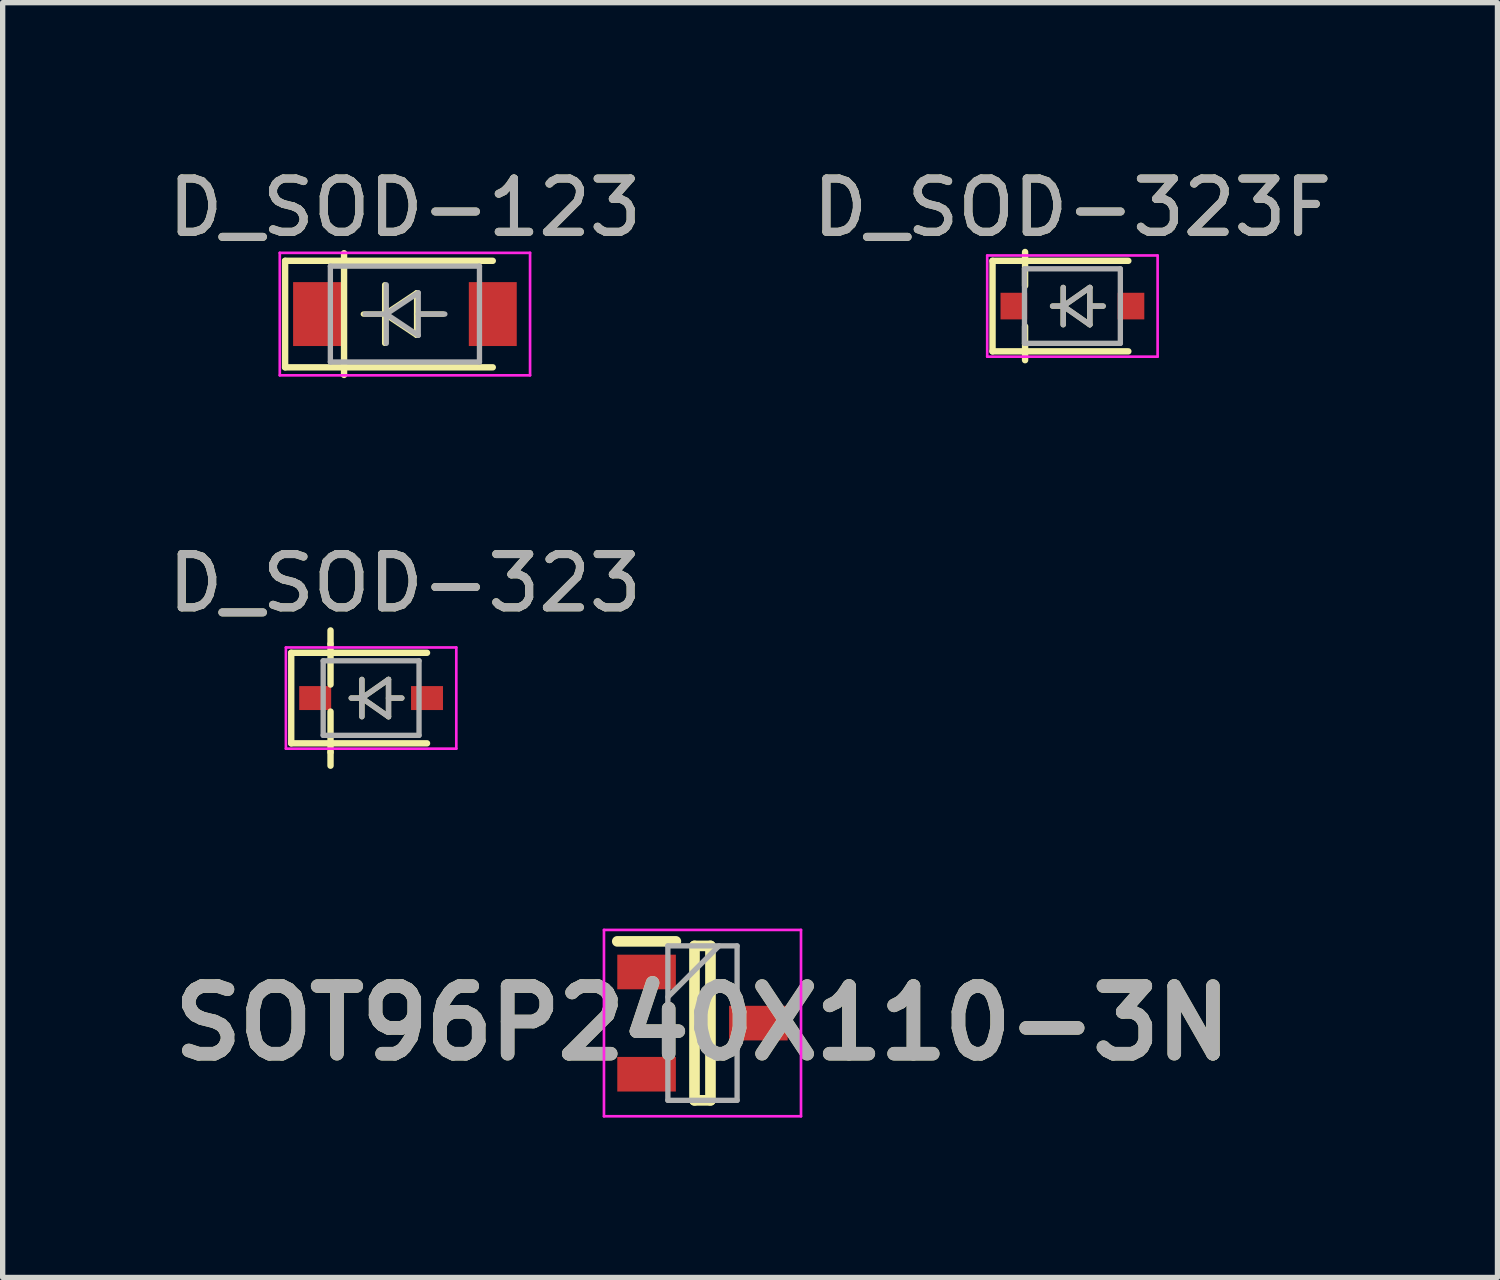
<source format=kicad_pcb>
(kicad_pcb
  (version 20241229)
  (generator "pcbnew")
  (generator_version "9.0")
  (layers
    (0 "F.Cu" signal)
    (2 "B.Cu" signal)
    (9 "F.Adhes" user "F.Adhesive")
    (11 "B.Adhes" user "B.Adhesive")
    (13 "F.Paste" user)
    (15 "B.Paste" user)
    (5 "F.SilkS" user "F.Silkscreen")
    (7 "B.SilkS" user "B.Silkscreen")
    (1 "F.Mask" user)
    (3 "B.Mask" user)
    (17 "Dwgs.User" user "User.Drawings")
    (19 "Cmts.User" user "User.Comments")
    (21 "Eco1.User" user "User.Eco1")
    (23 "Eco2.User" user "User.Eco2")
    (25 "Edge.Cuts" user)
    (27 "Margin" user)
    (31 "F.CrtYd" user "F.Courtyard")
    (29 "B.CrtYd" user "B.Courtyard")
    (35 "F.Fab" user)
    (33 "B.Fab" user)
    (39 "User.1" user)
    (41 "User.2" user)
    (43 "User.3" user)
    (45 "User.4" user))
  (footprint "D_SOD-323F"
    (layer "F.Cu")
    (at 17.089 2.698)
    (property "Reference" "D_SOD-323F" (at 0 -1.85 0) (layer "F.SilkS") (effects (font (size 1 1) (thickness 0.15))))
    (attr smd)
    (fp_line (start -1.5 -0.85) (end -1.5 0.85) (stroke (width 0.12) (type solid)) (layer "F.SilkS"))
    (fp_line (start -1.5 -0.85) (end 1.05 -0.85) (stroke (width 0.12) (type solid)) (layer "F.SilkS"))
    (fp_line (start -1.5 0.85) (end 1.05 0.85) (stroke (width 0.12) (type solid)) (layer "F.SilkS"))
    (fp_line (start -0.889 -0.381) (end -0.889 -1.016) (stroke (width 0.12) (type solid)) (layer "F.SilkS"))
    (fp_line (start -0.889 0.381) (end -0.889 1.016) (stroke (width 0.12) (type solid)) (layer "F.SilkS"))
    (fp_line (start -0.173 -0.35) (end -0.173 0.35) (stroke (width 0.1) (type solid)) (layer "F.SilkS"))
    (fp_line (start -0.173 0) (end -0.373 0) (stroke (width 0.1) (type solid)) (layer "F.SilkS"))
    (fp_line (start -0.173 0) (end 0.327 -0.35) (stroke (width 0.1) (type solid)) (layer "F.SilkS"))
    (fp_line (start 0.327 -0.35) (end 0.327 0.35) (stroke (width 0.1) (type solid)) (layer "F.SilkS"))
    (fp_line (start 0.327 0) (end 0.577 0) (stroke (width 0.1) (type solid)) (layer "F.SilkS"))
    (fp_line (start 0.327 0.35) (end -0.173 0) (stroke (width 0.1) (type solid)) (layer "F.SilkS"))
    (fp_line (start -1.6 -0.95) (end -1.6 0.95) (stroke (width 0.05) (type solid)) (layer "F.CrtYd"))
    (fp_line (start -1.6 -0.95) (end 1.6 -0.95) (stroke (width 0.05) (type solid)) (layer "F.CrtYd"))
    (fp_line (start -1.6 0.95) (end 1.6 0.95) (stroke (width 0.05) (type solid)) (layer "F.CrtYd"))
    (fp_line (start 1.6 -0.95) (end 1.6 0.95) (stroke (width 0.05) (type solid)) (layer "F.CrtYd"))
    (fp_line (start -0.9 -0.7) (end 0.9 -0.7) (stroke (width 0.1) (type solid)) (layer "F.Fab"))
    (fp_line (start -0.9 0.7) (end -0.9 -0.7) (stroke (width 0.1) (type solid)) (layer "F.Fab"))
    (fp_line (start -0.173 -0.35) (end -0.173 0.35) (stroke (width 0.1) (type solid)) (layer "F.Fab"))
    (fp_line (start -0.173 0) (end -0.373 0) (stroke (width 0.1) (type solid)) (layer "F.Fab"))
    (fp_line (start -0.173 0) (end 0.327 -0.35) (stroke (width 0.1) (type solid)) (layer "F.Fab"))
    (fp_line (start 0.327 -0.35) (end 0.327 0.35) (stroke (width 0.1) (type solid)) (layer "F.Fab"))
    (fp_line (start 0.327 0) (end 0.577 0) (stroke (width 0.1) (type solid)) (layer "F.Fab"))
    (fp_line (start 0.327 0.35) (end -0.173 0) (stroke (width 0.1) (type solid)) (layer "F.Fab"))
    (fp_line (start 0.9 -0.7) (end 0.9 0.7) (stroke (width 0.1) (type solid)) (layer "F.Fab"))
    (fp_line (start 0.9 0.7) (end -0.9 0.7) (stroke (width 0.1) (type solid)) (layer "F.Fab"))
    (fp_text user "${REFERENCE}" (at 0 -1.85 0) (layer "F.Fab") (effects (font (size 1 1) (thickness 0.15))))
    (pad "1" smd rect (at -1.1 0) (size 0.5 0.5) (layers "F.Cu" "F.Mask" "F.Paste"))
    (pad "2" smd rect (at 1.1 0) (size 0.5 0.5) (layers "F.Cu" "F.Mask" "F.Paste")))
  (footprint "D_SOD-123"
    (layer "F.Cu")
    (at 4.554 2.848)
    (property "Reference" "D_SOD-123" (at 0 -2 0) (layer "F.SilkS") (effects (font (size 1 1) (thickness 0.15))))
    (attr smd)
    (fp_line (start -2.25 -1) (end -2.25 1) (stroke (width 0.12) (type solid)) (layer "F.SilkS"))
    (fp_line (start -2.25 -1) (end 1.65 -1) (stroke (width 0.12) (type solid)) (layer "F.SilkS"))
    (fp_line (start -2.25 1) (end 1.65 1) (stroke (width 0.12) (type solid)) (layer "F.SilkS"))
    (fp_line (start -1.143 -1.143) (end -1.143 1.143) (stroke (width 0.12) (type solid)) (layer "F.SilkS"))
    (fp_line (start -0.781 0) (end -0.381 0) (stroke (width 0.1) (type solid)) (layer "F.SilkS"))
    (fp_line (start -0.381 0) (end -0.381 -0.55) (stroke (width 0.1) (type solid)) (layer "F.SilkS"))
    (fp_line (start -0.381 0) (end -0.381 0.55) (stroke (width 0.1) (type solid)) (layer "F.SilkS"))
    (fp_line (start -0.381 0) (end 0.219 -0.4) (stroke (width 0.1) (type solid)) (layer "F.SilkS"))
    (fp_line (start 0.219 -0.4) (end 0.219 0.4) (stroke (width 0.1) (type solid)) (layer "F.SilkS"))
    (fp_line (start 0.219 0) (end 0.719 0) (stroke (width 0.1) (type solid)) (layer "F.SilkS"))
    (fp_line (start 0.219 0.4) (end -0.381 0) (stroke (width 0.1) (type solid)) (layer "F.SilkS"))
    (fp_line (start -2.35 -1.15) (end -2.35 1.15) (stroke (width 0.05) (type solid)) (layer "F.CrtYd"))
    (fp_line (start -2.35 -1.15) (end 2.35 -1.15) (stroke (width 0.05) (type solid)) (layer "F.CrtYd"))
    (fp_line (start 2.35 -1.15) (end 2.35 1.15) (stroke (width 0.05) (type solid)) (layer "F.CrtYd"))
    (fp_line (start 2.35 1.15) (end -2.35 1.15) (stroke (width 0.05) (type solid)) (layer "F.CrtYd"))
    (fp_line (start -1.4 -0.9) (end 1.4 -0.9) (stroke (width 0.1) (type solid)) (layer "F.Fab"))
    (fp_line (start -1.4 0.9) (end -1.4 -0.9) (stroke (width 0.1) (type solid)) (layer "F.Fab"))
    (fp_line (start -0.75 0) (end -0.35 0) (stroke (width 0.1) (type solid)) (layer "F.Fab"))
    (fp_line (start -0.35 0) (end -0.35 -0.55) (stroke (width 0.1) (type solid)) (layer "F.Fab"))
    (fp_line (start -0.35 0) (end -0.35 0.55) (stroke (width 0.1) (type solid)) (layer "F.Fab"))
    (fp_line (start -0.35 0) (end 0.25 -0.4) (stroke (width 0.1) (type solid)) (layer "F.Fab"))
    (fp_line (start 0.25 -0.4) (end 0.25 0.4) (stroke (width 0.1) (type solid)) (layer "F.Fab"))
    (fp_line (start 0.25 0) (end 0.75 0) (stroke (width 0.1) (type solid)) (layer "F.Fab"))
    (fp_line (start 0.25 0.4) (end -0.35 0) (stroke (width 0.1) (type solid)) (layer "F.Fab"))
    (fp_line (start 1.4 -0.9) (end 1.4 0.9) (stroke (width 0.1) (type solid)) (layer "F.Fab"))
    (fp_line (start 1.4 0.9) (end -1.4 0.9) (stroke (width 0.1) (type solid)) (layer "F.Fab"))
    (fp_text user "${REFERENCE}" (at 0 -2 0) (layer "F.Fab") (effects (font (size 1 1) (thickness 0.15))))
    (pad "1" smd rect (at -1.65 0) (size 0.9 1.2) (layers "F.Cu" "F.Mask" "F.Paste"))
    (pad "2" smd rect (at 1.65 0) (size 0.9 1.2) (layers "F.Cu" "F.Mask" "F.Paste")))
  (footprint "D_SOD-323"
    (layer "F.Cu")
    (at 3.919 10.059)
    (property "Reference" "D_SOD-323" (at 0.635 -2.159 0) (layer "F.SilkS") (effects (font (size 1 1) (thickness 0.15))))
    (attr smd)
    (fp_line (start -1.5 -0.85) (end -1.5 0.85) (stroke (width 0.12) (type solid)) (layer "F.SilkS"))
    (fp_line (start -1.5 -0.85) (end 1.05 -0.85) (stroke (width 0.12) (type solid)) (layer "F.SilkS"))
    (fp_line (start -1.5 0.85) (end 1.05 0.85) (stroke (width 0.12) (type solid)) (layer "F.SilkS"))
    (fp_line (start -0.762 -1.016) (end -0.762 -1.27) (stroke (width 0.12) (type solid)) (layer "F.SilkS"))
    (fp_line (start -0.762 -0.254) (end -0.762 -1.016) (stroke (width 0.12) (type solid)) (layer "F.SilkS"))
    (fp_line (start -0.762 0.254) (end -0.762 1.016) (stroke (width 0.12) (type solid)) (layer "F.SilkS"))
    (fp_line (start -0.762 1.016) (end -0.762 1.27) (stroke (width 0.12) (type solid)) (layer "F.SilkS"))
    (fp_line (start -0.173 -0.35) (end -0.173 0.35) (stroke (width 0.1) (type solid)) (layer "F.SilkS"))
    (fp_line (start -0.173 0) (end -0.373 0) (stroke (width 0.1) (type solid)) (layer "F.SilkS"))
    (fp_line (start -0.173 0) (end 0.327 -0.35) (stroke (width 0.1) (type solid)) (layer "F.SilkS"))
    (fp_line (start 0.327 -0.35) (end 0.327 0.35) (stroke (width 0.1) (type solid)) (layer "F.SilkS"))
    (fp_line (start 0.327 0) (end 0.577 0) (stroke (width 0.1) (type solid)) (layer "F.SilkS"))
    (fp_line (start 0.327 0.35) (end -0.173 0) (stroke (width 0.1) (type solid)) (layer "F.SilkS"))
    (fp_line (start -1.6 -0.95) (end -1.6 0.95) (stroke (width 0.05) (type solid)) (layer "F.CrtYd"))
    (fp_line (start -1.6 -0.95) (end 1.6 -0.95) (stroke (width 0.05) (type solid)) (layer "F.CrtYd"))
    (fp_line (start -1.6 0.95) (end 1.6 0.95) (stroke (width 0.05) (type solid)) (layer "F.CrtYd"))
    (fp_line (start 1.6 -0.95) (end 1.6 0.95) (stroke (width 0.05) (type solid)) (layer "F.CrtYd"))
    (fp_line (start -0.9 -0.7) (end 0.9 -0.7) (stroke (width 0.1) (type solid)) (layer "F.Fab"))
    (fp_line (start -0.9 0.7) (end -0.9 -0.7) (stroke (width 0.1) (type solid)) (layer "F.Fab"))
    (fp_line (start -0.173 -0.35) (end -0.173 0.35) (stroke (width 0.1) (type solid)) (layer "F.Fab"))
    (fp_line (start -0.173 0) (end -0.373 0) (stroke (width 0.1) (type solid)) (layer "F.Fab"))
    (fp_line (start -0.173 0) (end 0.327 -0.35) (stroke (width 0.1) (type solid)) (layer "F.Fab"))
    (fp_line (start 0.327 -0.35) (end 0.327 0.35) (stroke (width 0.1) (type solid)) (layer "F.Fab"))
    (fp_line (start 0.327 0) (end 0.577 0) (stroke (width 0.1) (type solid)) (layer "F.Fab"))
    (fp_line (start 0.327 0.35) (end -0.173 0) (stroke (width 0.1) (type solid)) (layer "F.Fab"))
    (fp_line (start 0.9 -0.7) (end 0.9 0.7) (stroke (width 0.1) (type solid)) (layer "F.Fab"))
    (fp_line (start 0.9 0.7) (end -0.9 0.7) (stroke (width 0.1) (type solid)) (layer "F.Fab"))
    (fp_text user "${REFERENCE}" (at 0.635 -2.159 0) (layer "F.Fab") (effects (font (size 1 1) (thickness 0.15))))
    (pad "1" smd rect (at -1.05 0) (size 0.6 0.45) (layers "F.Cu" "F.Mask" "F.Paste"))
    (pad "2" smd rect (at 1.05 0) (size 0.6 0.45) (layers "F.Cu" "F.Mask" "F.Paste")))
  (footprint "SOT96P240X110-3N"
    (layer "F.Cu")
    (at 10.142 16.163)
    (property "Reference" "SOT96P240X110-3N" (at 0 0 0) (layer "F.SilkS") (effects (font (size 1.27 1.27) (thickness 0.254))))
    (attr smd)
    (fp_line (start -1.6 -1.535) (end -0.5 -1.535) (stroke (width 0.2) (type solid)) (layer "F.SilkS"))
    (fp_line (start -0.15 -1.45) (end 0.15 -1.45) (stroke (width 0.2) (type solid)) (layer "F.SilkS"))
    (fp_line (start -0.15 1.45) (end -0.15 -1.45) (stroke (width 0.2) (type solid)) (layer "F.SilkS"))
    (fp_line (start 0.15 -1.45) (end 0.15 1.45) (stroke (width 0.2) (type solid)) (layer "F.SilkS"))
    (fp_line (start 0.15 1.45) (end -0.15 1.45) (stroke (width 0.2) (type solid)) (layer "F.SilkS"))
    (fp_line (start -1.85 -1.75) (end 1.85 -1.75) (stroke (width 0.05) (type solid)) (layer "F.CrtYd"))
    (fp_line (start -1.85 1.75) (end -1.85 -1.75) (stroke (width 0.05) (type solid)) (layer "F.CrtYd"))
    (fp_line (start 1.85 -1.75) (end 1.85 1.75) (stroke (width 0.05) (type solid)) (layer "F.CrtYd"))
    (fp_line (start 1.85 1.75) (end -1.85 1.75) (stroke (width 0.05) (type solid)) (layer "F.CrtYd"))
    (fp_line (start -0.65 -1.45) (end 0.65 -1.45) (stroke (width 0.1) (type solid)) (layer "F.Fab"))
    (fp_line (start -0.65 -0.49) (end 0.31 -1.45) (stroke (width 0.1) (type solid)) (layer "F.Fab"))
    (fp_line (start -0.65 1.45) (end -0.65 -1.45) (stroke (width 0.1) (type solid)) (layer "F.Fab"))
    (fp_line (start 0.65 -1.45) (end 0.65 1.45) (stroke (width 0.1) (type solid)) (layer "F.Fab"))
    (fp_line (start 0.65 1.45) (end -0.65 1.45) (stroke (width 0.1) (type solid)) (layer "F.Fab"))
    (fp_text user "${REFERENCE}" (at 0 0 0) (layer "F.Fab") (effects (font (size 1.27 1.27) (thickness 0.254))))
    (pad "1" smd rect (at -1.05 -0.96 90) (size 0.65 1.1) (layers "F.Cu" "F.Mask" "F.Paste"))
    (pad "2" smd rect (at -1.05 0.96 90) (size 0.65 1.1) (layers "F.Cu" "F.Mask" "F.Paste"))
    (pad "3" smd rect (at 1.05 0 90) (size 0.65 1.1) (layers "F.Cu" "F.Mask" "F.Paste")))
  (gr_rect
    (start -3 -3)
    (end 25.071 20.939)
    (stroke (width 0.1) (type default))
    (fill no)
    (layer "Edge.Cuts")))
</source>
